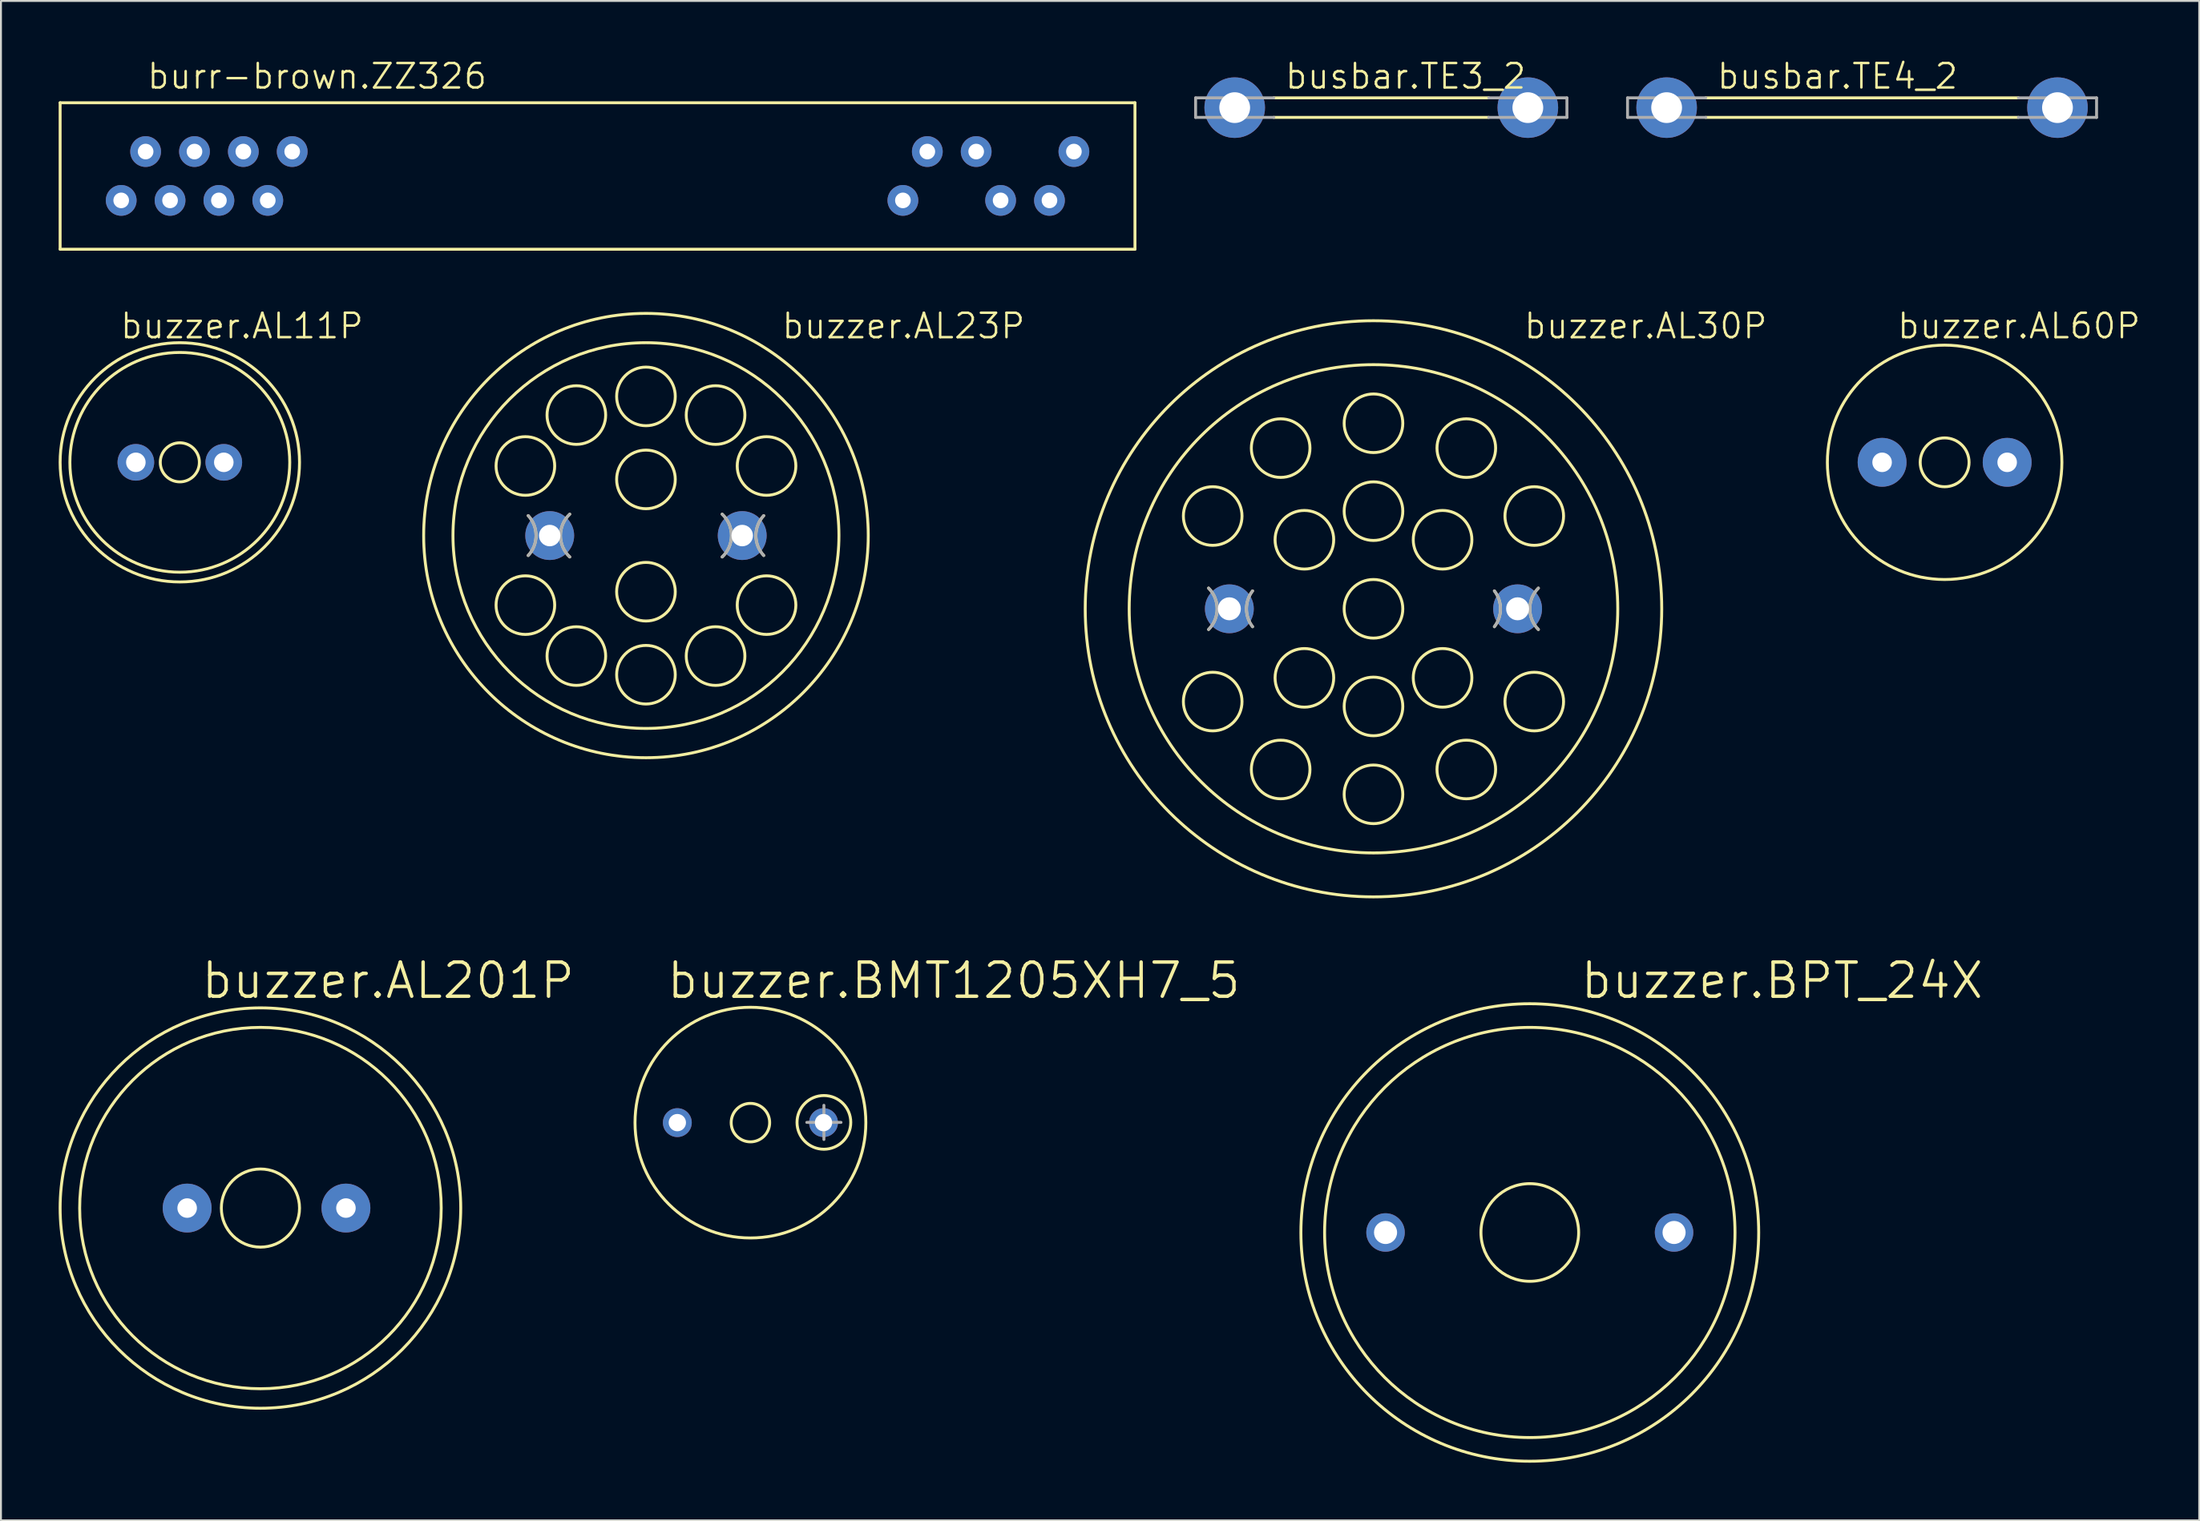
<source format=kicad_pcb>
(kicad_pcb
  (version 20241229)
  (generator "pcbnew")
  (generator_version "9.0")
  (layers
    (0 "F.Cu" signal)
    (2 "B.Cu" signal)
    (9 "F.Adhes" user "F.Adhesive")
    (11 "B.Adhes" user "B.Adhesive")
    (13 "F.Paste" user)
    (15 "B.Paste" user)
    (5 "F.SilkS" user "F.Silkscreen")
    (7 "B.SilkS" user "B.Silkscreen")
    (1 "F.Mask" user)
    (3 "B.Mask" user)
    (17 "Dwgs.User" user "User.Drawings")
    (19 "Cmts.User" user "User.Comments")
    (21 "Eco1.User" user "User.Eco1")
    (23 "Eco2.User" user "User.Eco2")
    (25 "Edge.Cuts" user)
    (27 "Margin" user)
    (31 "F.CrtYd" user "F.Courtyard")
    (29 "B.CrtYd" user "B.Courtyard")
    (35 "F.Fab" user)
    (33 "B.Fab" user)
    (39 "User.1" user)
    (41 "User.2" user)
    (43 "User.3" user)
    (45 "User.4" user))
  (footprint "busbar.TE4_2"
    (layer "F.Cu")
    (at 93.757 2.549)
    (property "Reference" "busbar.TE4_2" (at -7.62 -0.889 0) (layer "F.SilkS") (effects (font (size 1.27 1.27) (thickness 0.13)) (justify left bottom)))
    (attr through_hole)
    (fp_line (start -8.128 -0.508) (end 8.128 -0.508) (stroke (width 0.152) (type default)) (layer "F.SilkS"))
    (fp_line (start -8.128 0.508) (end 8.128 0.508) (stroke (width 0.152) (type default)) (layer "F.SilkS"))
    (fp_line (start -12.192 -0.508) (end -12.192 0.508) (stroke (width 0.152) (type default)) (layer "F.Fab"))
    (fp_line (start -12.192 0.508) (end -8.128 0.508) (stroke (width 0.152) (type default)) (layer "F.Fab"))
    (fp_line (start -8.128 -0.508) (end -12.192 -0.508) (stroke (width 0.152) (type default)) (layer "F.Fab"))
    (fp_line (start 8.128 0.508) (end 12.192 0.508) (stroke (width 0.152) (type default)) (layer "F.Fab"))
    (fp_line (start 12.192 -0.508) (end 8.128 -0.508) (stroke (width 0.152) (type default)) (layer "F.Fab"))
    (fp_line (start 12.192 0.508) (end 12.192 -0.508) (stroke (width 0.152) (type default)) (layer "F.Fab"))
    (pad "1" thru_hole circle (at -10.16 0) (size 3.15 3.15) (drill 1.6) (layers "*.Cu" "*.Mask"))
    (pad "2" thru_hole circle (at 10.16 0) (size 3.15 3.15) (drill 1.6) (layers "*.Cu" "*.Mask")))
  (footprint "buzzer.BMT1205XH7_5"
    (layer "F.Cu")
    (at 35.964 55.351)
    (property "Reference" "buzzer.BMT1205XH7_5" (at -4.445 -6.35 0) (layer "F.SilkS") (effects (font (size 1.778 1.778) (thickness 0.18)) (justify left bottom)))
    (attr through_hole)
    (fp_circle (center 0 0) (end 1 0) (stroke (width 0.152) (type default)) (fill no) (layer "F.SilkS"))
    (fp_circle (center 0 0) (end 6 0) (stroke (width 0.152) (type default)) (fill no) (layer "F.SilkS"))
    (fp_circle (center 3.82 -0.012) (end 5.217 -0.012) (stroke (width 0.152) (type default)) (fill no) (layer "F.SilkS"))
    (fp_line (start 2.931 -0.012) (end 4.709 -0.012) (stroke (width 0.152) (type default)) (layer "F.Fab"))
    (fp_line (start 3.82 -0.901) (end 3.82 0.877) (stroke (width 0.152) (type default)) (layer "F.Fab"))
    (pad "+" thru_hole circle (at 3.8 0) (size 1.5 1.5) (drill 0.9) (layers "*.Cu" "*.Mask"))
    (pad "-" thru_hole circle (at -3.8 0) (size 1.5 1.5) (drill 0.9) (layers "*.Cu" "*.Mask")))
  (footprint "buzzer.AL11P"
    (layer "F.Cu")
    (at 6.299 21.001)
    (property "Reference" "buzzer.AL11P" (at -3.175 -6.35 0) (layer "F.SilkS") (effects (font (size 1.27 1.27) (thickness 0.13)) (justify left bottom)))
    (attr through_hole)
    (fp_circle (center 0 0) (end 1.016 0) (stroke (width 0.152) (type default)) (fill no) (layer "F.SilkS"))
    (fp_circle (center 0 0) (end 5.715 0) (stroke (width 0.152) (type default)) (fill no) (layer "F.SilkS"))
    (fp_circle (center 0 0) (end 6.223 0) (stroke (width 0.152) (type default)) (fill no) (layer "F.SilkS"))
    (pad "+" thru_hole circle (at 2.286 0) (size 1.905 1.905) (drill 1.016) (layers "*.Cu" "*.Mask"))
    (pad "-" thru_hole circle (at -2.286 0) (size 1.905 1.905) (drill 1.016) (layers "*.Cu" "*.Mask")))
  (footprint "busbar.TE3_2"
    (layer "F.Cu")
    (at 68.761 2.549)
    (property "Reference" "busbar.TE3_2" (at -5.08 -0.889 0) (layer "F.SilkS") (effects (font (size 1.27 1.27) (thickness 0.13)) (justify left bottom)))
    (attr through_hole)
    (fp_line (start -5.588 -0.508) (end 5.588 -0.508) (stroke (width 0.152) (type default)) (layer "F.SilkS"))
    (fp_line (start -5.588 0.508) (end 5.588 0.508) (stroke (width 0.152) (type default)) (layer "F.SilkS"))
    (fp_line (start -9.652 -0.508) (end -9.652 0.508) (stroke (width 0.152) (type default)) (layer "F.Fab"))
    (fp_line (start -9.652 0.508) (end -5.588 0.508) (stroke (width 0.152) (type default)) (layer "F.Fab"))
    (fp_line (start -5.588 -0.508) (end -9.652 -0.508) (stroke (width 0.152) (type default)) (layer "F.Fab"))
    (fp_line (start 5.588 0.508) (end 9.652 0.508) (stroke (width 0.152) (type default)) (layer "F.Fab"))
    (fp_line (start 9.652 -0.508) (end 5.588 -0.508) (stroke (width 0.152) (type default)) (layer "F.Fab"))
    (fp_line (start 9.652 0.508) (end 9.652 -0.508) (stroke (width 0.152) (type default)) (layer "F.Fab"))
    (pad "1" thru_hole circle (at -7.62 0) (size 3.15 3.15) (drill 1.6) (layers "*.Cu" "*.Mask"))
    (pad "2" thru_hole circle (at 7.62 0) (size 3.15 3.15) (drill 1.6) (layers "*.Cu" "*.Mask")))
  (footprint "buzzer.BPT_24X"
    (layer "F.Cu")
    (at 76.483 61.066)
    (property "Reference" "buzzer.BPT_24X" (at 2.54 -12.065 0) (layer "F.SilkS") (effects (font (size 1.778 1.778) (thickness 0.18)) (justify left bottom)))
    (attr through_hole)
    (fp_circle (center 0 0) (end 2.54 0) (stroke (width 0.152) (type default)) (fill no) (layer "F.SilkS"))
    (fp_circle (center 0 0) (end 10.668 0) (stroke (width 0.152) (type default)) (fill no) (layer "F.SilkS"))
    (fp_circle (center 0 0) (end 11.9 0) (stroke (width 0.152) (type default)) (fill no) (layer "F.SilkS"))
    (pad "+" thru_hole circle (at 7.5 0) (size 2 2) (drill 1.2) (layers "*.Cu" "*.Mask"))
    (pad "-" thru_hole circle (at -7.5 0) (size 2 2) (drill 1.2) (layers "*.Cu" "*.Mask")))
  (footprint "burr-brown.ZZ326"
    (layer "F.Cu")
    (at 29.921 6.105)
    (property "Reference" "burr-brown.ZZ326" (at -25.4 -4.445 0) (layer "F.SilkS") (effects (font (size 1.27 1.27) (thickness 0.13)) (justify left bottom)))
    (attr through_hole)
    (fp_line (start -29.845 -3.81) (end 26.035 -3.81) (stroke (width 0.152) (type default)) (layer "F.SilkS"))
    (fp_line (start -29.845 3.81) (end -29.845 -3.81) (stroke (width 0.152) (type default)) (layer "F.SilkS"))
    (fp_line (start 26.035 -3.81) (end 26.035 3.81) (stroke (width 0.152) (type default)) (layer "F.SilkS"))
    (fp_line (start 26.035 3.81) (end -29.845 3.81) (stroke (width 0.152) (type default)) (layer "F.SilkS"))
    (pad "1" thru_hole circle (at -26.67 1.27) (size 1.6 1.6) (drill 0.813) (layers "*.Cu" "*.Mask"))
    (pad "2" thru_hole circle (at -25.4 -1.27) (size 1.6 1.6) (drill 0.813) (layers "*.Cu" "*.Mask"))
    (pad "3" thru_hole circle (at -24.13 1.27) (size 1.6 1.6) (drill 0.813) (layers "*.Cu" "*.Mask"))
    (pad "4" thru_hole circle (at -22.86 -1.27) (size 1.6 1.6) (drill 0.813) (layers "*.Cu" "*.Mask"))
    (pad "5" thru_hole circle (at -21.59 1.27) (size 1.6 1.6) (drill 0.813) (layers "*.Cu" "*.Mask"))
    (pad "6" thru_hole circle (at -20.32 -1.27) (size 1.6 1.6) (drill 0.813) (layers "*.Cu" "*.Mask"))
    (pad "7" thru_hole circle (at -19.05 1.27) (size 1.6 1.6) (drill 0.813) (layers "*.Cu" "*.Mask"))
    (pad "8" thru_hole circle (at -17.78 -1.27) (size 1.6 1.6) (drill 0.813) (layers "*.Cu" "*.Mask"))
    (pad "31" thru_hole circle (at 13.97 1.27) (size 1.6 1.6) (drill 0.813) (layers "*.Cu" "*.Mask"))
    (pad "32" thru_hole circle (at 15.24 -1.27) (size 1.6 1.6) (drill 0.813) (layers "*.Cu" "*.Mask"))
    (pad "34" thru_hole circle (at 17.78 -1.27) (size 1.6 1.6) (drill 0.813) (layers "*.Cu" "*.Mask"))
    (pad "35" thru_hole circle (at 19.05 1.27) (size 1.6 1.6) (drill 0.813) (layers "*.Cu" "*.Mask"))
    (pad "37" thru_hole circle (at 21.59 1.27) (size 1.6 1.6) (drill 0.813) (layers "*.Cu" "*.Mask"))
    (pad "38" thru_hole circle (at 22.86 -1.27) (size 1.6 1.6) (drill 0.813) (layers "*.Cu" "*.Mask")))
  (footprint "buzzer.AL201P"
    (layer "F.Cu")
    (at 10.49 59.796)
    (property "Reference" "buzzer.AL201P" (at -3.175 -10.795 0) (layer "F.SilkS") (effects (font (size 1.778 1.778) (thickness 0.18)) (justify left bottom)))
    (attr through_hole)
    (fp_circle (center 0 0) (end 2.032 0) (stroke (width 0.152) (type default)) (fill no) (layer "F.SilkS"))
    (fp_circle (center 0 0) (end 9.398 0) (stroke (width 0.152) (type default)) (fill no) (layer "F.SilkS"))
    (fp_circle (center 0 0) (end 10.414 0) (stroke (width 0.152) (type default)) (fill no) (layer "F.SilkS"))
    (pad "1" thru_hole circle (at -3.81 0) (size 2.54 2.54) (drill 1.016) (layers "*.Cu" "*.Mask"))
    (pad "2" thru_hole circle (at 4.445 0) (size 2.54 2.54) (drill 1.016) (layers "*.Cu" "*.Mask")))
  (footprint "buzzer.AL23P"
    (layer "F.Cu")
    (at 30.533 24.811)
    (property "Reference" "buzzer.AL23P" (at 6.985 -10.16 0) (layer "F.SilkS") (effects (font (size 1.27 1.27) (thickness 0.13)) (justify left bottom)))
    (attr through_hole)
    (fp_arc (start -6.1214 -1.0361) (mid -5.715014 0) (end -6.1214 1.0361) (stroke (width 0.1524) (type default)) (layer "F.SilkS"))
    (fp_arc (start -3.9624 1.1127) (mid -4.445013 0) (end -3.9624 -1.1127) (stroke (width 0.1524) (type default)) (layer "F.SilkS"))
    (fp_arc (start 3.9624 -1.1127) (mid 4.445013 0) (end 3.9624 1.1127) (stroke (width 0.1524) (type default)) (layer "F.SilkS"))
    (fp_arc (start 6.1214 1.0361) (mid 5.715014 0) (end 6.1214 -1.0361) (stroke (width 0.1524) (type default)) (layer "F.SilkS"))
    (fp_circle (center -6.269 -3.619) (end -4.745 -3.619) (stroke (width 0.152) (type default)) (fill no) (layer "F.SilkS"))
    (fp_circle (center -6.269 3.619) (end -4.745 3.619) (stroke (width 0.152) (type default)) (fill no) (layer "F.SilkS"))
    (fp_circle (center -3.619 -6.269) (end -2.095 -6.269) (stroke (width 0.152) (type default)) (fill no) (layer "F.SilkS"))
    (fp_circle (center -3.619 6.269) (end -2.095 6.269) (stroke (width 0.152) (type default)) (fill no) (layer "F.SilkS"))
    (fp_circle (center 0 -7.239) (end 1.524 -7.239) (stroke (width 0.152) (type default)) (fill no) (layer "F.SilkS"))
    (fp_circle (center 0 -2.921) (end 1.524 -2.921) (stroke (width 0.152) (type default)) (fill no) (layer "F.SilkS"))
    (fp_circle (center 0 0) (end 10.033 0) (stroke (width 0.152) (type default)) (fill no) (layer "F.SilkS"))
    (fp_circle (center 0 0) (end 11.557 0) (stroke (width 0.152) (type default)) (fill no) (layer "F.SilkS"))
    (fp_circle (center 0 2.921) (end 1.524 2.921) (stroke (width 0.152) (type default)) (fill no) (layer "F.SilkS"))
    (fp_circle (center 0 7.239) (end 1.524 7.239) (stroke (width 0.152) (type default)) (fill no) (layer "F.SilkS"))
    (fp_circle (center 3.619 -6.269) (end 5.144 -6.269) (stroke (width 0.152) (type default)) (fill no) (layer "F.SilkS"))
    (fp_circle (center 3.619 6.269) (end 5.144 6.269) (stroke (width 0.152) (type default)) (fill no) (layer "F.SilkS"))
    (fp_circle (center 6.269 -3.619) (end 7.793 -3.619) (stroke (width 0.152) (type default)) (fill no) (layer "F.SilkS"))
    (fp_circle (center 6.269 3.619) (end 7.793 3.619) (stroke (width 0.152) (type default)) (fill no) (layer "F.SilkS"))
    (fp_arc (start -6.1214 -1.0361) (mid -5.715014 0) (end -6.1214 1.0361) (stroke (width 0.1524) (type default)) (layer "F.Fab"))
    (fp_arc (start -3.9624 1.1127) (mid -4.445013 0) (end -3.9624 -1.1127) (stroke (width 0.1524) (type default)) (layer "F.Fab"))
    (fp_arc (start 3.9624 -1.1127) (mid 4.445013 0) (end 3.9624 1.1127) (stroke (width 0.1524) (type default)) (layer "F.Fab"))
    (fp_arc (start 6.1214 1.0361) (mid 5.715014 0) (end 6.1214 -1.0361) (stroke (width 0.1524) (type default)) (layer "F.Fab"))
    (pad "1" thru_hole circle (at -5.004 0) (size 2.54 2.54) (drill 1.118) (layers "*.Cu" "*.Mask"))
    (pad "2" thru_hole circle (at 5.004 0) (size 2.54 2.54) (drill 1.118) (layers "*.Cu" "*.Mask")))
  (footprint "buzzer.AL60P"
    (layer "F.Cu")
    (at 98.05 21.001)
    (property "Reference" "buzzer.AL60P" (at -2.54 -6.35 0) (layer "F.SilkS") (effects (font (size 1.27 1.27) (thickness 0.13)) (justify left bottom)))
    (attr through_hole)
    (fp_circle (center 0 0) (end 1.27 0) (stroke (width 0.152) (type default)) (fill no) (layer "F.SilkS"))
    (fp_circle (center 0 0) (end 6.096 0) (stroke (width 0.152) (type default)) (fill no) (layer "F.SilkS"))
    (pad "1" thru_hole circle (at -3.251 0) (size 2.54 2.54) (drill 1.016) (layers "*.Cu" "*.Mask"))
    (pad "2" thru_hole circle (at 3.251 0) (size 2.54 2.54) (drill 1.016) (layers "*.Cu" "*.Mask")))
  (footprint "buzzer.AL30P"
    (layer "F.Cu")
    (at 68.356 28.621)
    (property "Reference" "buzzer.AL30P" (at 7.747 -13.97 0) (layer "F.SilkS") (effects (font (size 1.27 1.27) (thickness 0.13)) (justify left bottom)))
    (attr through_hole)
    (fp_arc (start -8.5725 -1.0758) (mid -8.127971 0) (end -8.5725 1.0758) (stroke (width 0.1524) (type default)) (layer "F.SilkS"))
    (fp_arc (start -6.2865 0.9311) (mid -6.604004 0) (end -6.2865 -0.9311) (stroke (width 0.1524) (type default)) (layer "F.SilkS"))
    (fp_arc (start 6.2865 -0.9311) (mid 6.604004 0) (end 6.2865 0.9311) (stroke (width 0.1524) (type default)) (layer "F.SilkS"))
    (fp_arc (start 8.5725 1.0758) (mid 8.127971 0) (end 8.5725 -1.0758) (stroke (width 0.1524) (type default)) (layer "F.SilkS"))
    (fp_circle (center -8.359 -4.826) (end -6.835 -4.826) (stroke (width 0.152) (type default)) (fill no) (layer "F.SilkS"))
    (fp_circle (center -8.359 4.826) (end -6.835 4.826) (stroke (width 0.152) (type default)) (fill no) (layer "F.SilkS"))
    (fp_circle (center -4.826 -8.359) (end -3.302 -8.359) (stroke (width 0.152) (type default)) (fill no) (layer "F.SilkS"))
    (fp_circle (center -4.826 8.359) (end -3.302 8.359) (stroke (width 0.152) (type default)) (fill no) (layer "F.SilkS"))
    (fp_circle (center -3.592 -3.592) (end -2.068 -3.592) (stroke (width 0.152) (type default)) (fill no) (layer "F.SilkS"))
    (fp_circle (center -3.592 3.592) (end -2.068 3.592) (stroke (width 0.152) (type default)) (fill no) (layer "F.SilkS"))
    (fp_circle (center 0 -9.652) (end 1.524 -9.652) (stroke (width 0.152) (type default)) (fill no) (layer "F.SilkS"))
    (fp_circle (center 0 -5.08) (end 1.524 -5.08) (stroke (width 0.152) (type default)) (fill no) (layer "F.SilkS"))
    (fp_circle (center 0 0) (end 1.524 0) (stroke (width 0.152) (type default)) (fill no) (layer "F.SilkS"))
    (fp_circle (center 0 0) (end 12.7 0) (stroke (width 0.152) (type default)) (fill no) (layer "F.SilkS"))
    (fp_circle (center 0 0) (end 14.986 0) (stroke (width 0.152) (type default)) (fill no) (layer "F.SilkS"))
    (fp_circle (center 0 5.08) (end 1.524 5.08) (stroke (width 0.152) (type default)) (fill no) (layer "F.SilkS"))
    (fp_circle (center 0 9.652) (end 1.524 9.652) (stroke (width 0.152) (type default)) (fill no) (layer "F.SilkS"))
    (fp_circle (center 3.592 -3.592) (end 5.116 -3.592) (stroke (width 0.152) (type default)) (fill no) (layer "F.SilkS"))
    (fp_circle (center 3.592 3.592) (end 5.116 3.592) (stroke (width 0.152) (type default)) (fill no) (layer "F.SilkS"))
    (fp_circle (center 4.826 -8.359) (end 6.35 -8.359) (stroke (width 0.152) (type default)) (fill no) (layer "F.SilkS"))
    (fp_circle (center 4.826 8.359) (end 6.35 8.359) (stroke (width 0.152) (type default)) (fill no) (layer "F.SilkS"))
    (fp_circle (center 8.359 -4.826) (end 9.883 -4.826) (stroke (width 0.152) (type default)) (fill no) (layer "F.SilkS"))
    (fp_circle (center 8.359 4.826) (end 9.883 4.826) (stroke (width 0.152) (type default)) (fill no) (layer "F.SilkS"))
    (fp_arc (start -8.5725 -1.0758) (mid -8.127971 0) (end -8.5725 1.0758) (stroke (width 0.1524) (type default)) (layer "F.Fab"))
    (fp_arc (start -6.2865 0.9311) (mid -6.604004 0) (end -6.2865 -0.9311) (stroke (width 0.1524) (type default)) (layer "F.Fab"))
    (fp_arc (start 6.2865 -0.9311) (mid 6.604004 0) (end 6.2865 0.9311) (stroke (width 0.1524) (type default)) (layer "F.Fab"))
    (fp_arc (start 8.5725 1.0758) (mid 8.127971 0) (end 8.5725 -1.0758) (stroke (width 0.1524) (type default)) (layer "F.Fab"))
    (pad "1" thru_hole circle (at -7.493 0) (size 2.54 2.54) (drill 1.194) (layers "*.Cu" "*.Mask"))
    (pad "2" thru_hole circle (at 7.493 0) (size 2.54 2.54) (drill 1.194) (layers "*.Cu" "*.Mask")))
  (gr_rect
    (start -3 -3)
    (end 111.286 76.043)
    (stroke (width 0.1) (type default))
    (fill no)
    (layer "Edge.Cuts")))
</source>
